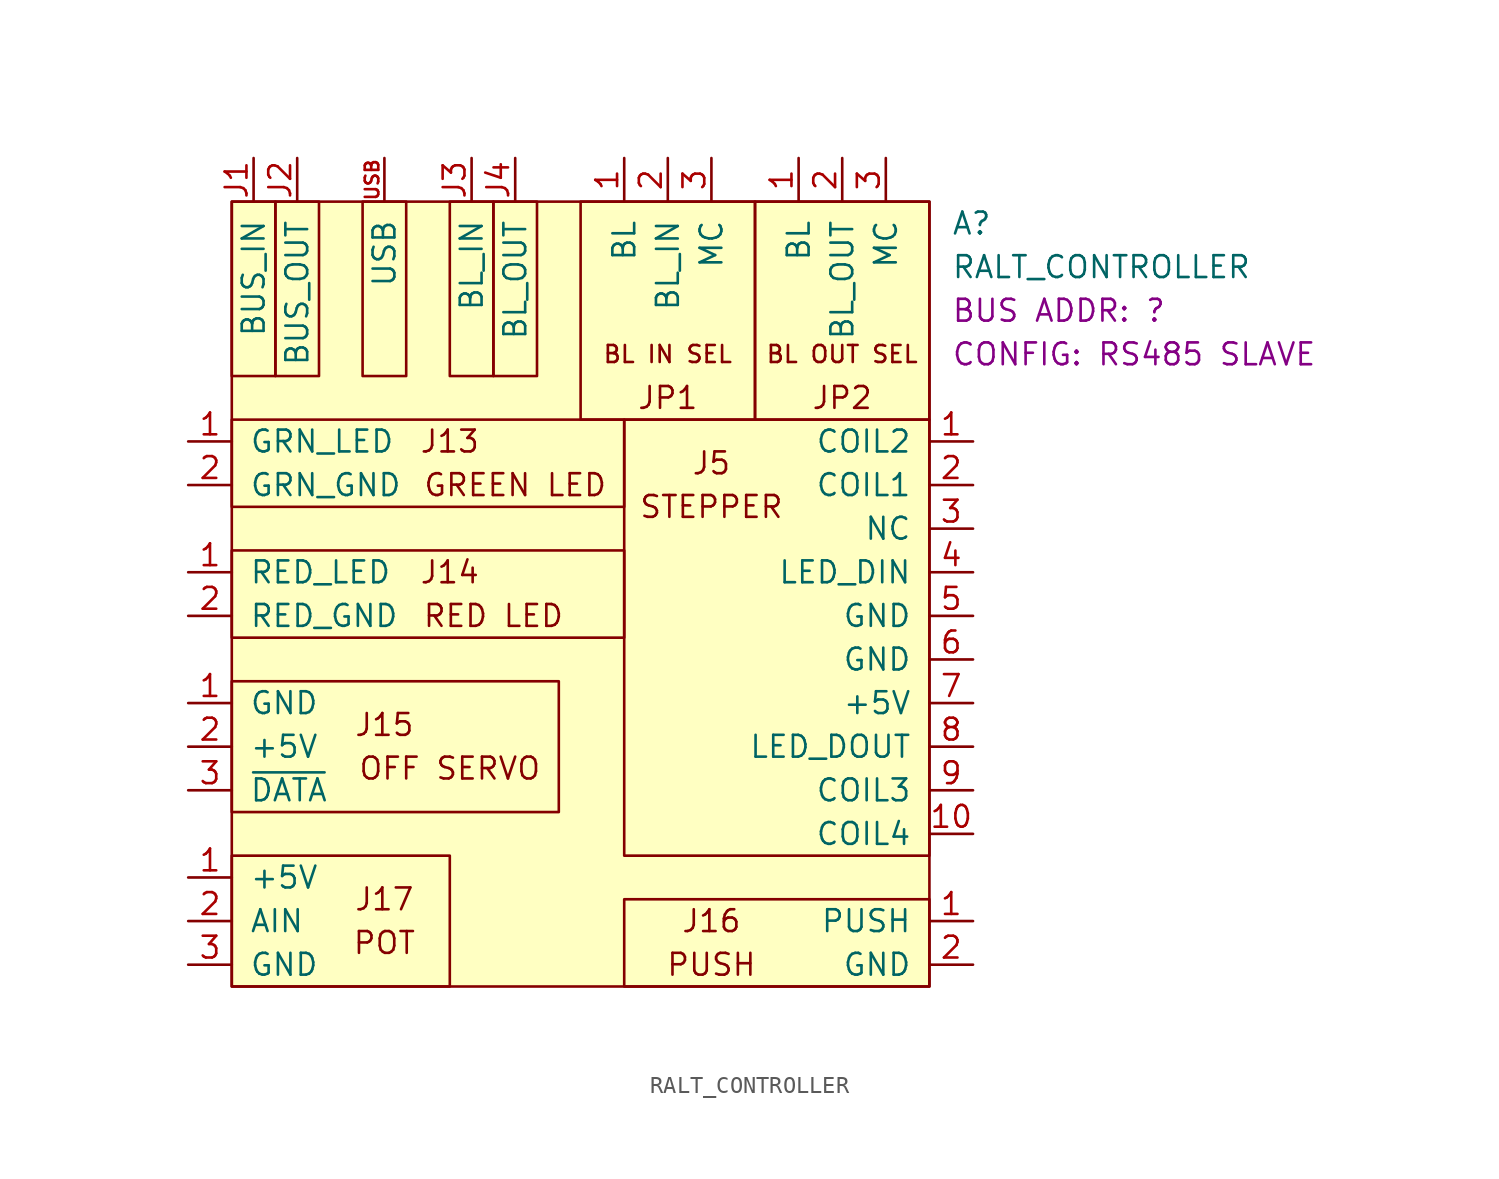
<source format=kicad_sym>
(kicad_symbol_lib
  (version 20231120)
  (generator "kicad_symbol_editor")
  (generator_version "8.0")
  (symbol "RALT_CONTROLLER"
    (pin_names
      (offset 1.016))
    (property "Reference" "A"
      (at 22.86 19.05 0)
      (effects (font (size 1.27 1.27)) (justify left)))
    (property "Value" "RALT_CONTROLLER"
      (at 22.86 16.51 0)
      (effects (font (size 1.27 1.27)) (justify left)))
    (property "RS485 ADDR" "BUS ADDR: ?"
      (at 22.86 13.97 0)
      (effects (font (size 1.27 1.27)) (justify left)))
    (property "CONFIG" "CONFIG: RS485 SLAVE"
      (at 22.86 11.43 0)
      (effects (font (size 1.27 1.27)) (justify left)))
    (symbol "RALT_CONTROLLER_0_0"
      (rectangle (start -19.05 -17.78) (end -6.35 -25.4) (stroke (width 0) (type default)) (fill (type none)))
      (rectangle (start -19.05 -7.62) (end 0 -15.24) (stroke (width 0) (type default)) (fill (type none)))
      (rectangle (start -19.05 -5.08) (end 3.81 0) (stroke (width 0) (type default)) (fill (type none)))
      (rectangle (start -19.05 7.62) (end 3.81 2.54) (stroke (width 0) (type default)) (fill (type none)))
      (rectangle (start 11.43 7.62) (end 1.27 20.32) (stroke (width 0) (type default)) (fill (type none)))
      (rectangle (start 11.43 20.32) (end 21.59 7.62) (stroke (width 0) (type default)) (fill (type none)))
      (rectangle (start 21.59 -25.4) (end -19.05 20.32) (stroke (width 0) (type default)) (fill (type background)))
      (rectangle (start 21.59 -20.32) (end 3.81 -25.4) (stroke (width 0) (type default)) (fill (type none)))
      (rectangle (start 21.59 7.62) (end 3.81 -17.78) (stroke (width 0) (type default)) (fill (type none)))
      (text "BL IN SEL" (at 6.35 11.43 0) (effects (font (size 0.991 0.991))))
      (text "BL OUT SEL" (at 16.51 11.43 0) (effects (font (size 0.991 0.991))))
      (text "GREEN LED" (at -2.54 3.81 0) (effects (font (size 1.27 1.27))))
      (text "J13" (at -6.35 6.35 0) (effects (font (size 1.27 1.27))))
      (text "J14" (at -6.35 -1.27 0) (effects (font (size 1.27 1.27))))
      (text "J15" (at -10.16 -10.16 0) (effects (font (size 1.27 1.27))))
      (text "J16" (at 8.89 -21.59 0) (effects (font (size 1.27 1.27))))
      (text "J17" (at -10.16 -20.32 0) (effects (font (size 1.27 1.27))))
      (text "J5" (at 8.89 5.08 0) (effects (font (size 1.27 1.27))))
      (text "JP1" (at 6.35 8.89 0) (effects (font (size 1.27 1.27))))
      (text "JP2" (at 16.51 8.89 0) (effects (font (size 1.27 1.27))))
      (text "OFF SERVO" (at -6.35 -12.7 0) (effects (font (size 1.27 1.27))))
      (text "POT" (at -10.16 -22.86 0) (effects (font (size 1.27 1.27))))
      (text "PUSH" (at 8.89 -24.13 0) (effects (font (size 1.27 1.27))))
      (text "RED LED" (at -3.81 -3.81 0) (effects (font (size 1.27 1.27))))
      (text "STEPPER" (at 8.89 2.54 0) (effects (font (size 1.27 1.27))))
      (pin unspecified line (at -21.59 -19.05 0) (length 2.54) (name "+5V" (effects (font (size 1.27 1.27)))) (number "1" (effects (font (size 1.27 1.27)))))
      (pin unspecified line (at 3.81 22.86 270) (length 2.54) (name "BL" (effects (font (size 1.27 1.27)))) (number "1" (effects (font (size 1.27 1.27)))))
      (pin unspecified line (at 13.97 22.86 270) (length 2.54) (name "BL" (effects (font (size 1.27 1.27)))) (number "1" (effects (font (size 1.27 1.27)))))
      (pin unspecified line (at 24.13 6.35 180) (length 2.54) (name "COIL2" (effects (font (size 1.27 1.27)))) (number "1" (effects (font (size 1.27 1.27)))))
      (pin unspecified line (at -21.59 -8.89 0) (length 2.54) (name "GND" (effects (font (size 1.27 1.27)))) (number "1" (effects (font (size 1.27 1.27)))))
      (pin unspecified line (at -21.59 6.35 0) (length 2.54) (name "GRN_LED" (effects (font (size 1.27 1.27)))) (number "1" (effects (font (size 1.27 1.27)))))
      (pin unspecified line (at 24.13 -21.59 180) (length 2.54) (name "PUSH" (effects (font (size 1.27 1.27)))) (number "1" (effects (font (size 1.27 1.27)))))
      (pin unspecified line (at -21.59 -1.27 0) (length 2.54) (name "RED_LED" (effects (font (size 1.27 1.27)))) (number "1" (effects (font (size 1.27 1.27)))))
      (pin unspecified line (at 24.13 -16.51 180) (length 2.54) (name "COIL4" (effects (font (size 1.27 1.27)))) (number "10" (effects (font (size 1.27 1.27)))))
      (pin unspecified line (at -21.59 -11.43 0) (length 2.54) (name "+5V" (effects (font (size 1.27 1.27)))) (number "2" (effects (font (size 1.27 1.27)))))
      (pin unspecified line (at -21.59 -21.59 0) (length 2.54) (name "AIN" (effects (font (size 1.27 1.27)))) (number "2" (effects (font (size 1.27 1.27)))))
      (pin unspecified line (at 6.35 22.86 270) (length 2.54) (name "BL_IN" (effects (font (size 1.27 1.27)))) (number "2" (effects (font (size 1.27 1.27)))))
      (pin unspecified line (at 16.51 22.86 270) (length 2.54) (name "BL_OUT" (effects (font (size 1.27 1.27)))) (number "2" (effects (font (size 1.27 1.27)))))
      (pin unspecified line (at 24.13 3.81 180) (length 2.54) (name "COIL1" (effects (font (size 1.27 1.27)))) (number "2" (effects (font (size 1.27 1.27)))))
      (pin unspecified line (at 24.13 -24.13 180) (length 2.54) (name "GND" (effects (font (size 1.27 1.27)))) (number "2" (effects (font (size 1.27 1.27)))))
      (pin unspecified line (at -21.59 3.81 0) (length 2.54) (name "GRN_GND" (effects (font (size 1.27 1.27)))) (number "2" (effects (font (size 1.27 1.27)))))
      (pin unspecified line (at -21.59 -3.81 0) (length 2.54) (name "RED_GND" (effects (font (size 1.27 1.27)))) (number "2" (effects (font (size 1.27 1.27)))))
      (pin unspecified line (at -21.59 -24.13 0) (length 2.54) (name "GND" (effects (font (size 1.27 1.27)))) (number "3" (effects (font (size 1.27 1.27)))))
      (pin unspecified line (at 8.89 22.86 270) (length 2.54) (name "MC" (effects (font (size 1.27 1.27)))) (number "3" (effects (font (size 1.27 1.27)))))
      (pin unspecified line (at 19.05 22.86 270) (length 2.54) (name "MC" (effects (font (size 1.27 1.27)))) (number "3" (effects (font (size 1.27 1.27)))))
      (pin unspecified line (at 24.13 1.27 180) (length 2.54) (name "NC" (effects (font (size 1.27 1.27)))) (number "3" (effects (font (size 1.27 1.27)))))
      (pin unspecified line (at -21.59 -13.97 0) (length 2.54) (name "~{DATA}" (effects (font (size 1.27 1.27)))) (number "3" (effects (font (size 1.27 1.27)))))
      (pin unspecified line (at 24.13 -1.27 180) (length 2.54) (name "LED_DIN" (effects (font (size 1.27 1.27)))) (number "4" (effects (font (size 1.27 1.27)))))
      (pin unspecified line (at 24.13 -3.81 180) (length 2.54) (name "GND" (effects (font (size 1.27 1.27)))) (number "5" (effects (font (size 1.27 1.27)))))
      (pin unspecified line (at 24.13 -6.35 180) (length 2.54) (name "GND" (effects (font (size 1.27 1.27)))) (number "6" (effects (font (size 1.27 1.27)))))
      (pin unspecified line (at 24.13 -8.89 180) (length 2.54) (name "+5V" (effects (font (size 1.27 1.27)))) (number "7" (effects (font (size 1.27 1.27)))))
      (pin unspecified line (at 24.13 -11.43 180) (length 2.54) (name "LED_DOUT" (effects (font (size 1.27 1.27)))) (number "8" (effects (font (size 1.27 1.27)))))
      (pin unspecified line (at 24.13 -13.97 180) (length 2.54) (name "COIL3" (effects (font (size 1.27 1.27)))) (number "9" (effects (font (size 1.27 1.27)))))
      (pin unspecified line (at -17.78 22.86 270) (length 2.54) (name "BUS_IN" (effects (font (size 1.27 1.27)))) (number "J1" (effects (font (size 1.27 1.27)))))
      (pin unspecified line (at -15.24 22.86 270) (length 2.54) (name "BUS_OUT" (effects (font (size 1.27 1.27)))) (number "J2" (effects (font (size 1.27 1.27)))))
      (pin unspecified line (at -5.08 22.86 270) (length 2.54) (name "BL_IN" (effects (font (size 1.27 1.27)))) (number "J3" (effects (font (size 1.27 1.27)))))
      (pin unspecified line (at -2.54 22.86 270) (length 2.54) (name "BL_OUT" (effects (font (size 1.27 1.27)))) (number "J4" (effects (font (size 1.27 1.27)))))
      (pin unspecified line (at -10.16 22.86 270) (length 2.54) (name "USB" (effects (font (size 1.27 1.27)))) (number "USB" (effects (font (size 0.787 0.787))))))
    (symbol "RALT_CONTROLLER_0_1"
      (rectangle (start -19.05 20.32) (end -16.51 10.16) (stroke (width 0) (type default)) (fill (type none)))
      (rectangle (start -16.51 10.16) (end -13.97 20.32) (stroke (width 0) (type default)) (fill (type none)))
      (rectangle (start -11.43 20.32) (end -8.89 10.16) (stroke (width 0) (type default)) (fill (type none)))
      (rectangle (start -6.35 20.32) (end -3.81 10.16) (stroke (width 0) (type default)) (fill (type none)))
      (rectangle (start -3.81 20.32) (end -1.27 10.16) (stroke (width 0) (type default)) (fill (type none))))))
</source>
